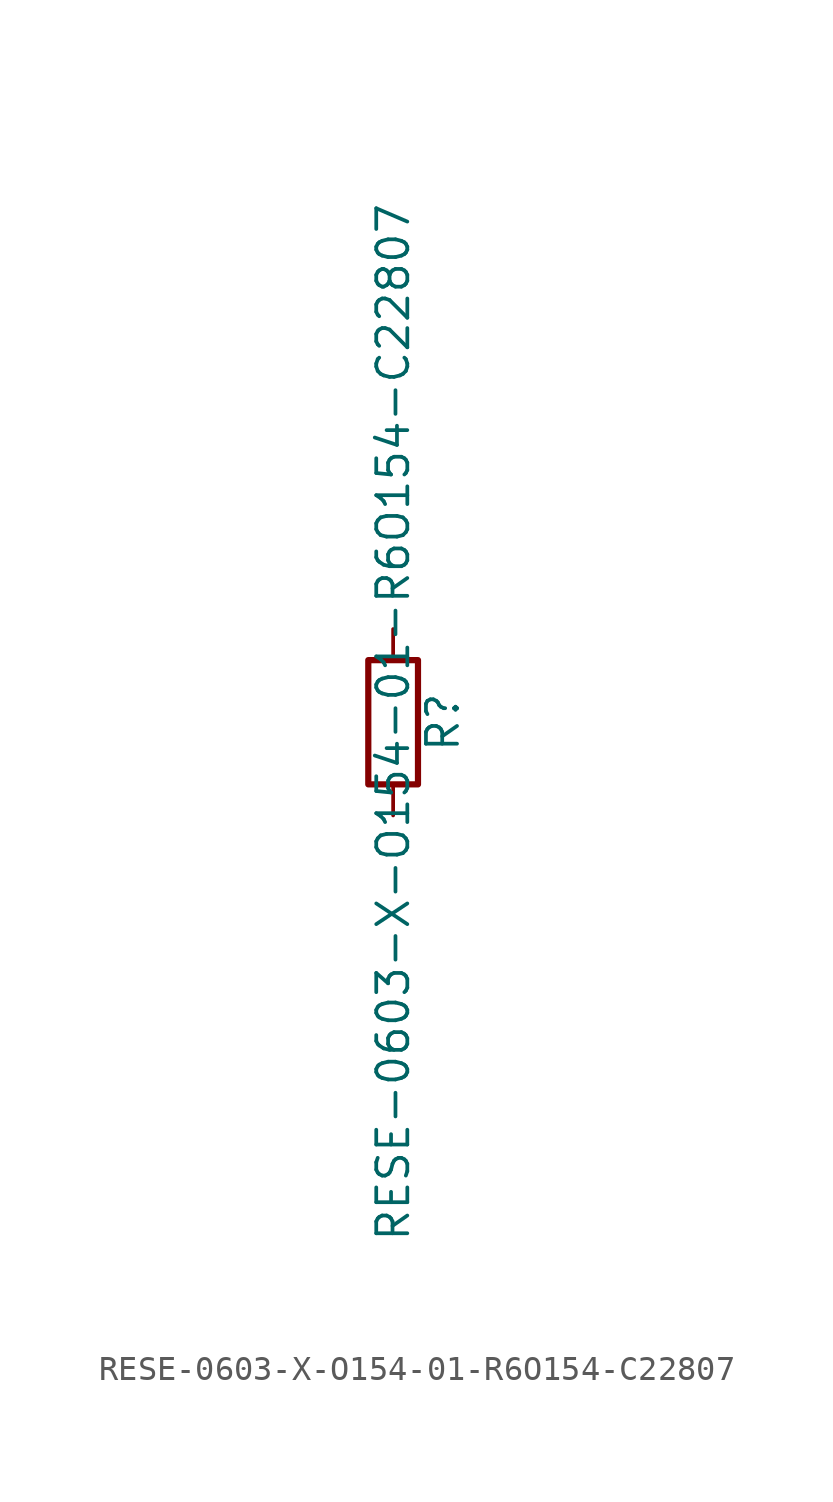
<source format=kicad_sym>
(kicad_symbol_lib
  (version 20211014)
  (generator kicad_symbol_editor)
  (symbol "RESE-0603-X-O154-01-R6O154-C22807"
    (pin_numbers hide)
    (pin_names
      (offset 0))
    (property "Reference" "R"
      (at 2.032 0 90)
      (effects (font (size 1.27 1.27))))
    (property "Value" "RESE-0603-X-O154-01-R6O154-C22807"
      (at 0 0 90)
      (effects (font (size 1.27 1.27))))
    (symbol "RESE-0603-X-O154-01-R6O154-C22807_0_1"
      (rectangle (start -1.016 -2.54) (end 1.016 2.54) (stroke (width 0.254) (type default) (color 0 0 0 0)) (fill (type none))))
    (symbol "RESE-0603-X-O154-01-R6O154-C22807_1_1"
      (pin passive line (at 0 3.81 270) (length 1.27) (name "~" (effects (font (size 1.27 1.27)))) (number "1" (effects (font (size 1.27 1.27)))))
      (pin passive line (at 0 -3.81 90) (length 1.27) (name "~" (effects (font (size 1.27 1.27)))) (number "2" (effects (font (size 1.27 1.27))))))))
</source>
